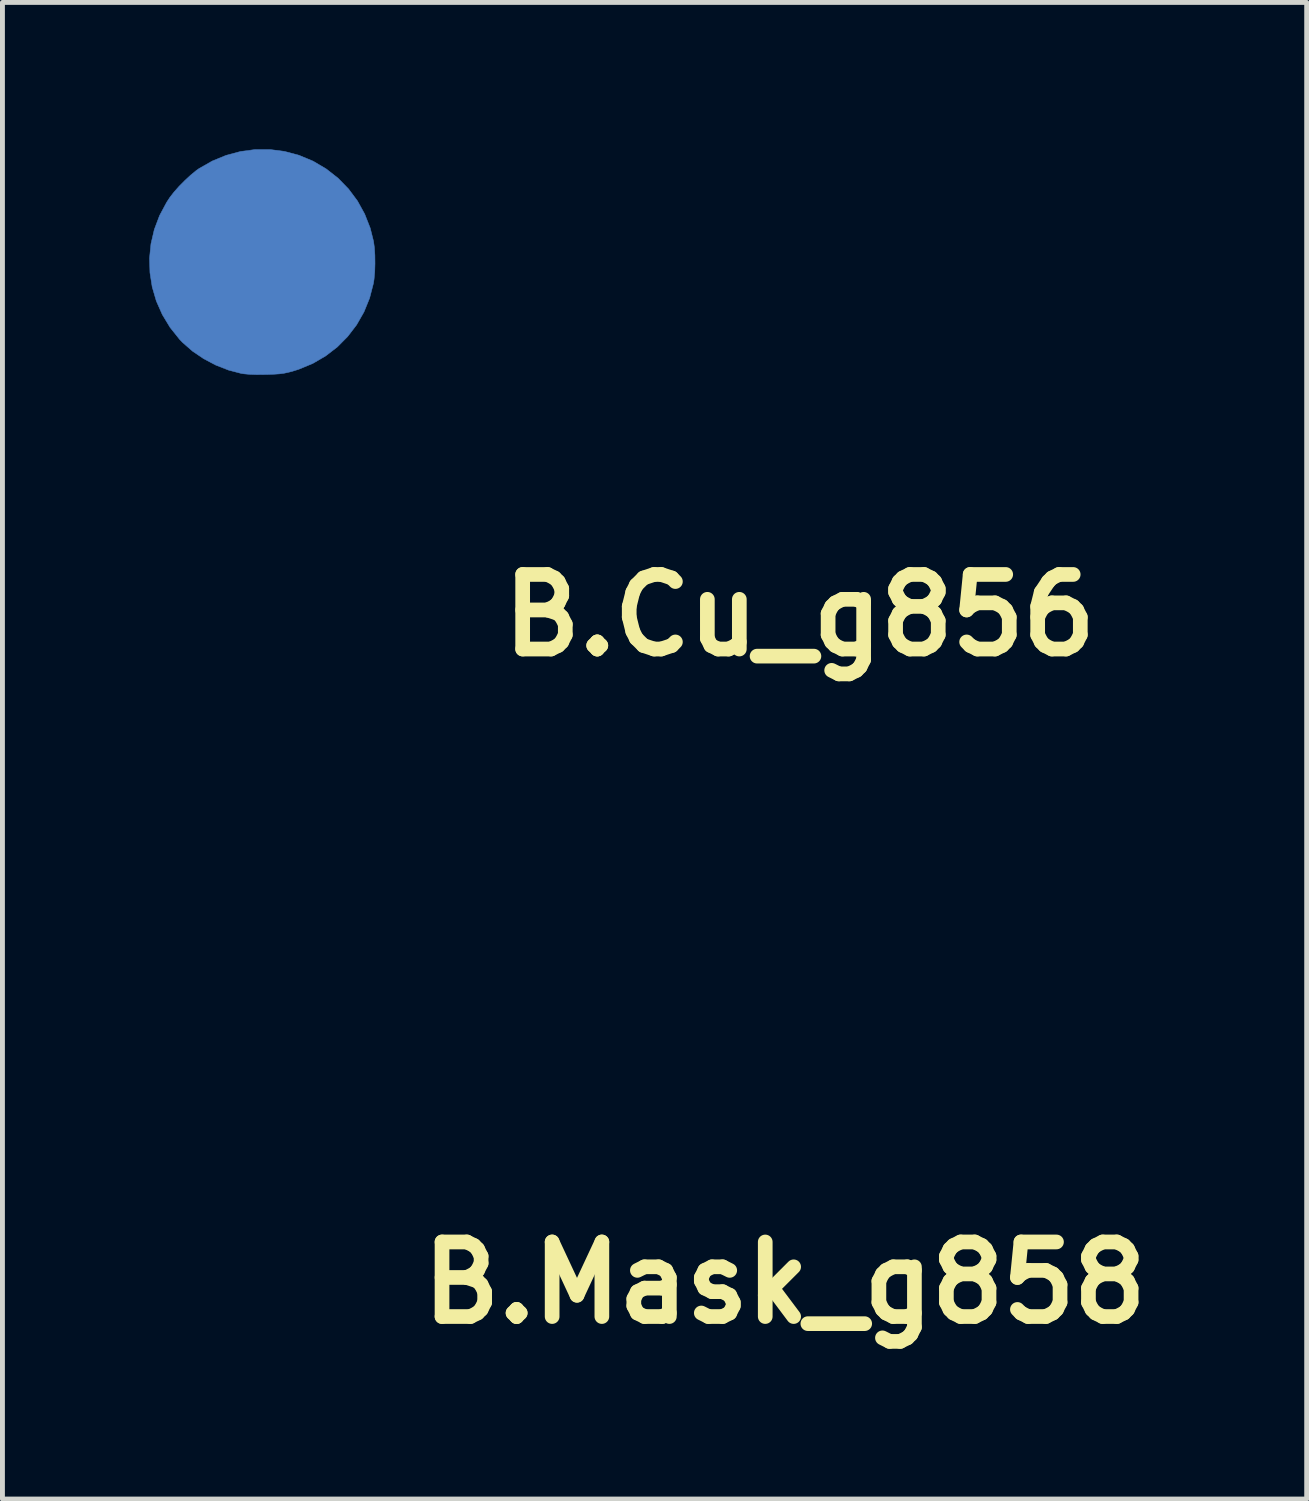
<source format=kicad_pcb>
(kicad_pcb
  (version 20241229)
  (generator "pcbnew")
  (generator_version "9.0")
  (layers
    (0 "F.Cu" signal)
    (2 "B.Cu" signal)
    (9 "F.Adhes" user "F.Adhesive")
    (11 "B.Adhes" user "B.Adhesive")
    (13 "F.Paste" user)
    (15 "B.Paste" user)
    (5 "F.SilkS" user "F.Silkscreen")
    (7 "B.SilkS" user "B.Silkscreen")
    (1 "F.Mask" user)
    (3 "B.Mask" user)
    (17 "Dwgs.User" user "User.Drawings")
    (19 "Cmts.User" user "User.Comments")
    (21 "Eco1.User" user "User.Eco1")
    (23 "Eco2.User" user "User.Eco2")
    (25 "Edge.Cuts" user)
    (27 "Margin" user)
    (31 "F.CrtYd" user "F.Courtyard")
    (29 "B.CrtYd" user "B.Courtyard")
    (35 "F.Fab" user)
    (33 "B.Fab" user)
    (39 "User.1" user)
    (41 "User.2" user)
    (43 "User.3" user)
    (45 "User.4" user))
  (footprint "B.Mask_g858"
    (layer "F.Cu")
    (at 12.985 23.161)
    (property "Reference" "B.Mask_g858" (at 0 0 0) (layer "F.SilkS") (effects (font (size 1.524 1.524) (thickness 0.3))))
    (attr through_hole)
    (fp_poly (pts (xy -10.831 -9.213) (xy -10.629 -9.192) (xy -10.511 -9.168) (xy -10.235 -9.08) (xy -9.979 -8.955) (xy -9.746 -8.798) (xy -9.537 -8.611) (xy -9.357 -8.397) (xy -9.208 -8.16) (xy -9.092 -7.901) (xy -9.013 -7.625) (xy -9.012 -7.62) (xy -8.985 -7.426) (xy -8.976 -7.215) (xy -8.986 -7) (xy -9.014 -6.798) (xy -9.046 -6.662) (xy -9.15 -6.384) (xy -9.288 -6.13) (xy -9.459 -5.9) (xy -9.66 -5.699) (xy -9.889 -5.527) (xy -10.126 -5.396) (xy -10.295 -5.324) (xy -10.454 -5.273) (xy -10.616 -5.24) (xy -10.797 -5.221) (xy -10.922 -5.216) (xy -11.111 -5.215) (xy -11.261 -5.225) (xy -11.353 -5.239) (xy -11.638 -5.318) (xy -11.903 -5.433) (xy -12.145 -5.581) (xy -12.362 -5.759) (xy -12.552 -5.966) (xy -12.711 -6.197) (xy -12.837 -6.452) (xy -12.912 -6.671) (xy -12.959 -6.901) (xy -12.98 -7.148) (xy -12.975 -7.398) (xy -12.943 -7.636) (xy -12.919 -7.736) (xy -12.894 -7.813) (xy -12.857 -7.911) (xy -12.814 -8.015) (xy -12.793 -8.061) (xy -12.651 -8.319) (xy -12.478 -8.547) (xy -12.276 -8.746) (xy -12.047 -8.914) (xy -11.793 -9.048) (xy -11.515 -9.148) (xy -11.436 -9.169) (xy -11.251 -9.201) (xy -11.044 -9.216) (xy -10.831 -9.213)) (stroke (width 0.01) (type solid)) (fill yes) (layer "B.Mask")))
  (footprint "B.Cu_g856"
    (layer "F.Cu")
    (at 13.29 9.522)
    (property "Reference" "B.Cu_g856" (at 0 0 0) (layer "F.SilkS") (effects (font (size 1.524 1.524) (thickness 0.3))))
    (attr through_hole)
    (fp_poly (pts (xy -10.525 -9.478) (xy -10.232 -9.4) (xy -9.949 -9.282) (xy -9.942 -9.279) (xy -9.673 -9.12) (xy -9.431 -8.93) (xy -9.219 -8.712) (xy -9.037 -8.468) (xy -8.889 -8.2) (xy -8.776 -7.913) (xy -8.708 -7.643) (xy -8.69 -7.513) (xy -8.68 -7.356) (xy -8.678 -7.186) (xy -8.683 -7.017) (xy -8.697 -6.866) (xy -8.71 -6.782) (xy -8.788 -6.481) (xy -8.903 -6.198) (xy -9.053 -5.935) (xy -9.236 -5.696) (xy -9.447 -5.483) (xy -9.686 -5.299) (xy -9.95 -5.145) (xy -10.237 -5.026) (xy -10.374 -4.983) (xy -10.462 -4.961) (xy -10.544 -4.944) (xy -10.631 -4.933) (xy -10.735 -4.926) (xy -10.867 -4.921) (xy -10.911 -4.92) (xy -11.094 -4.918) (xy -11.241 -4.923) (xy -11.36 -4.934) (xy -11.411 -4.942) (xy -11.671 -5.01) (xy -11.93 -5.111) (xy -12.178 -5.242) (xy -12.407 -5.397) (xy -12.607 -5.572) (xy -12.669 -5.636) (xy -12.865 -5.882) (xy -13.024 -6.145) (xy -13.146 -6.421) (xy -13.23 -6.708) (xy -13.276 -7.001) (xy -13.285 -7.296) (xy -13.255 -7.592) (xy -13.187 -7.883) (xy -13.08 -8.167) (xy -12.934 -8.44) (xy -12.869 -8.539) (xy -12.786 -8.646) (xy -12.681 -8.765) (xy -12.562 -8.885) (xy -12.442 -8.996) (xy -12.329 -9.089) (xy -12.275 -9.127) (xy -12.003 -9.282) (xy -11.718 -9.399) (xy -11.424 -9.477) (xy -11.125 -9.517) (xy -10.824 -9.517) (xy -10.525 -9.478)) (stroke (width 0.01) (type solid)) (fill yes) (layer "B.Cu")))
  (gr_rect
    (start -3 -3)
    (end 23.649 27.579)
    (stroke (width 0.1) (type default))
    (fill no)
    (layer "Edge.Cuts")))
</source>
